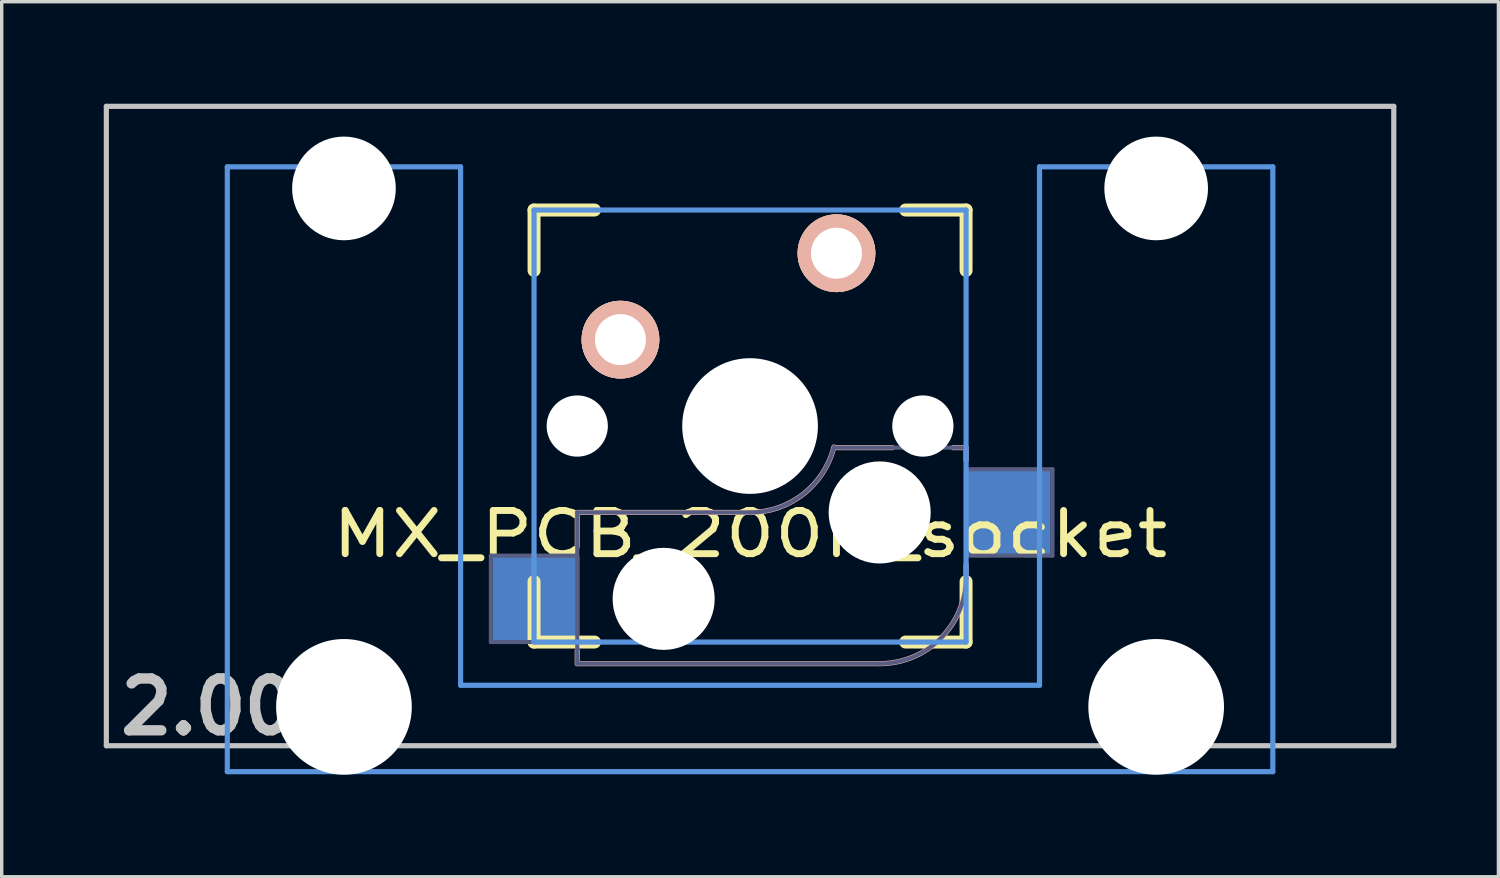
<source format=kicad_pcb>
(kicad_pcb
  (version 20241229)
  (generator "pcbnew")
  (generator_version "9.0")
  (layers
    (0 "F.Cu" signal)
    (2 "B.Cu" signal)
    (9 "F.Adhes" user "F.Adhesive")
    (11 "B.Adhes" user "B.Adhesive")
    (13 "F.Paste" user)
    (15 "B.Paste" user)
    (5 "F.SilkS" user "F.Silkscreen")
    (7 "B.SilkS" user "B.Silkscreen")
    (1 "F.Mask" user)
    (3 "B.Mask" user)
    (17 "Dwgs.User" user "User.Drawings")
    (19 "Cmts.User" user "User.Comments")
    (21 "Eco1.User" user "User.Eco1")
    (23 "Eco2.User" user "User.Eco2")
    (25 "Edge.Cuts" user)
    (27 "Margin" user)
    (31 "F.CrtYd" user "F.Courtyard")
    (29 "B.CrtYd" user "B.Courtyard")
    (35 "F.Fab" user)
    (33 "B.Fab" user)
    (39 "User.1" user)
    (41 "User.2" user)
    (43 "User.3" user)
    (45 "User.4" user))
  (footprint "MX_PCB_200H_socket"
    (layer "F.Cu")
    (at 18.999 9.474)
    (property "Reference" "MX_PCB_200H_socket" (at 0 3.175 0) (layer "F.SilkS") (effects (font (size 1.27 1.524) (thickness 0.203))))
    (attr through_hole)
    (fp_line (start -6.35 -6.35) (end -4.572 -6.35) (stroke (width 0.381) (type solid)) (layer "F.SilkS"))
    (fp_line (start -6.35 -4.572) (end -6.35 -6.35) (stroke (width 0.381) (type solid)) (layer "F.SilkS"))
    (fp_line (start -6.35 6.35) (end -6.35 4.572) (stroke (width 0.381) (type solid)) (layer "F.SilkS"))
    (fp_line (start -4.572 6.35) (end -6.35 6.35) (stroke (width 0.381) (type solid)) (layer "F.SilkS"))
    (fp_line (start 4.572 -6.35) (end 6.35 -6.35) (stroke (width 0.381) (type solid)) (layer "F.SilkS"))
    (fp_line (start 6.35 -6.35) (end 6.35 -4.572) (stroke (width 0.381) (type solid)) (layer "F.SilkS"))
    (fp_line (start 6.35 4.572) (end 6.35 6.35) (stroke (width 0.381) (type solid)) (layer "F.SilkS"))
    (fp_line (start 6.35 6.35) (end 4.572 6.35) (stroke (width 0.381) (type solid)) (layer "F.SilkS"))
    (fp_line (start -5.08 2.54) (end -5.08 3.556) (stroke (width 0.15) (type solid)) (layer "B.SilkS"))
    (fp_line (start -5.08 6.604) (end -5.08 6.985) (stroke (width 0.15) (type solid)) (layer "B.SilkS"))
    (fp_line (start -5.08 6.985) (end 3.81 6.985) (stroke (width 0.15) (type solid)) (layer "B.SilkS"))
    (fp_line (start 0 2.54) (end -5.08 2.54) (stroke (width 0.15) (type solid)) (layer "B.SilkS"))
    (fp_line (start 4.191 0.635) (end 2.54 0.635) (stroke (width 0.15) (type solid)) (layer "B.SilkS"))
    (fp_line (start 6.35 0.635) (end 5.969 0.635) (stroke (width 0.15) (type solid)) (layer "B.SilkS"))
    (fp_line (start 6.35 1.016) (end 6.35 0.635) (stroke (width 0.15) (type solid)) (layer "B.SilkS"))
    (fp_line (start 6.35 4.445) (end 6.35 4.064) (stroke (width 0.15) (type solid)) (layer "B.SilkS"))
    (fp_arc (start 2.464162 0.61604) (mid 1.563147 2.002042) (end 0 2.54) (stroke (width 0.15) (type solid)) (layer "B.SilkS"))
    (fp_arc (start 6.35 4.445) (mid 5.606051 6.241051) (end 3.81 6.985) (stroke (width 0.15) (type solid)) (layer "B.SilkS"))
    (fp_line (start -18.923 -9.398) (end 18.923 -9.398) (stroke (width 0.152) (type solid)) (layer "Dwgs.User"))
    (fp_line (start -18.923 9.398) (end -18.923 -9.398) (stroke (width 0.152) (type solid)) (layer "Dwgs.User"))
    (fp_line (start 18.923 -9.398) (end 18.923 9.398) (stroke (width 0.152) (type solid)) (layer "Dwgs.User"))
    (fp_line (start 18.923 9.398) (end -18.923 9.398) (stroke (width 0.152) (type solid)) (layer "Dwgs.User"))
    (fp_line (start -15.367 -7.62) (end -15.367 10.16) (stroke (width 0.152) (type solid)) (layer "Cmts.User"))
    (fp_line (start -15.367 10.16) (end 15.367 10.16) (stroke (width 0.152) (type solid)) (layer "Cmts.User"))
    (fp_line (start -8.509 -7.62) (end -15.367 -7.62) (stroke (width 0.152) (type solid)) (layer "Cmts.User"))
    (fp_line (start -8.509 7.62) (end -8.509 -7.62) (stroke (width 0.152) (type solid)) (layer "Cmts.User"))
    (fp_line (start -6.35 -6.35) (end 6.35 -6.35) (stroke (width 0.152) (type solid)) (layer "Cmts.User"))
    (fp_line (start -6.35 6.35) (end -6.35 -6.35) (stroke (width 0.152) (type solid)) (layer "Cmts.User"))
    (fp_line (start 6.35 -6.35) (end 6.35 6.35) (stroke (width 0.152) (type solid)) (layer "Cmts.User"))
    (fp_line (start 6.35 6.35) (end -6.35 6.35) (stroke (width 0.152) (type solid)) (layer "Cmts.User"))
    (fp_line (start 8.509 -7.62) (end 8.509 7.62) (stroke (width 0.152) (type solid)) (layer "Cmts.User"))
    (fp_line (start 8.509 7.62) (end -8.509 7.62) (stroke (width 0.152) (type solid)) (layer "Cmts.User"))
    (fp_line (start 15.367 -7.62) (end 8.509 -7.62) (stroke (width 0.152) (type solid)) (layer "Cmts.User"))
    (fp_line (start 15.367 10.16) (end 15.367 -7.62) (stroke (width 0.152) (type solid)) (layer "Cmts.User"))
    (fp_line (start -16.129 -2.286) (end -15.265 -2.286) (stroke (width 0.152) (type solid)) (layer "Eco2.User"))
    (fp_line (start -16.129 0.508) (end -16.129 -2.286) (stroke (width 0.152) (type solid)) (layer "Eco2.User"))
    (fp_line (start -15.265 -5.69) (end -8.611 -5.69) (stroke (width 0.152) (type solid)) (layer "Eco2.User"))
    (fp_line (start -15.265 -2.286) (end -15.265 -5.69) (stroke (width 0.152) (type solid)) (layer "Eco2.User"))
    (fp_line (start -15.265 0.508) (end -16.129 0.508) (stroke (width 0.152) (type solid)) (layer "Eco2.User"))
    (fp_line (start -15.265 6.604) (end -15.265 0.508) (stroke (width 0.152) (type solid)) (layer "Eco2.User"))
    (fp_line (start -14.224 6.604) (end -15.265 6.604) (stroke (width 0.152) (type solid)) (layer "Eco2.User"))
    (fp_line (start -14.224 7.772) (end -14.224 6.604) (stroke (width 0.152) (type solid)) (layer "Eco2.User"))
    (fp_line (start -9.652 6.604) (end -9.652 7.772) (stroke (width 0.152) (type solid)) (layer "Eco2.User"))
    (fp_line (start -9.652 7.772) (end -14.224 7.772) (stroke (width 0.152) (type solid)) (layer "Eco2.User"))
    (fp_line (start -8.611 -5.69) (end -8.611 -4.877) (stroke (width 0.152) (type solid)) (layer "Eco2.User"))
    (fp_line (start -8.611 -4.877) (end -6.985 -4.877) (stroke (width 0.152) (type solid)) (layer "Eco2.User"))
    (fp_line (start -8.611 5.817) (end -8.611 6.604) (stroke (width 0.152) (type solid)) (layer "Eco2.User"))
    (fp_line (start -8.611 6.604) (end -9.652 6.604) (stroke (width 0.152) (type solid)) (layer "Eco2.User"))
    (fp_line (start -6.985 -6.985) (end 6.985 -6.985) (stroke (width 0.152) (type solid)) (layer "Eco2.User"))
    (fp_line (start -6.985 -4.877) (end -6.985 -6.985) (stroke (width 0.152) (type solid)) (layer "Eco2.User"))
    (fp_line (start -6.985 5.817) (end -8.611 5.817) (stroke (width 0.152) (type solid)) (layer "Eco2.User"))
    (fp_line (start -6.985 6.985) (end -6.985 5.817) (stroke (width 0.152) (type solid)) (layer "Eco2.User"))
    (fp_line (start 6.985 -6.985) (end 6.985 -4.877) (stroke (width 0.152) (type solid)) (layer "Eco2.User"))
    (fp_line (start 6.985 -4.877) (end 8.611 -4.877) (stroke (width 0.152) (type solid)) (layer "Eco2.User"))
    (fp_line (start 6.985 5.817) (end 6.985 6.985) (stroke (width 0.152) (type solid)) (layer "Eco2.User"))
    (fp_line (start 6.985 6.985) (end -6.985 6.985) (stroke (width 0.152) (type solid)) (layer "Eco2.User"))
    (fp_line (start 8.611 -5.69) (end 15.265 -5.69) (stroke (width 0.152) (type solid)) (layer "Eco2.User"))
    (fp_line (start 8.611 -4.877) (end 8.611 -5.69) (stroke (width 0.152) (type solid)) (layer "Eco2.User"))
    (fp_line (start 8.611 5.817) (end 6.985 5.817) (stroke (width 0.152) (type solid)) (layer "Eco2.User"))
    (fp_line (start 8.611 6.604) (end 8.611 5.817) (stroke (width 0.152) (type solid)) (layer "Eco2.User"))
    (fp_line (start 9.652 6.604) (end 8.611 6.604) (stroke (width 0.152) (type solid)) (layer "Eco2.User"))
    (fp_line (start 9.652 7.772) (end 9.652 6.604) (stroke (width 0.152) (type solid)) (layer "Eco2.User"))
    (fp_line (start 14.224 6.604) (end 14.224 7.772) (stroke (width 0.152) (type solid)) (layer "Eco2.User"))
    (fp_line (start 14.224 7.772) (end 9.652 7.772) (stroke (width 0.152) (type solid)) (layer "Eco2.User"))
    (fp_line (start 15.265 -5.69) (end 15.265 -2.286) (stroke (width 0.152) (type solid)) (layer "Eco2.User"))
    (fp_line (start 15.265 -2.286) (end 16.129 -2.286) (stroke (width 0.152) (type solid)) (layer "Eco2.User"))
    (fp_line (start 15.265 0.508) (end 15.265 6.604) (stroke (width 0.152) (type solid)) (layer "Eco2.User"))
    (fp_line (start 15.265 6.604) (end 14.224 6.604) (stroke (width 0.152) (type solid)) (layer "Eco2.User"))
    (fp_line (start 16.129 -2.286) (end 16.129 0.508) (stroke (width 0.152) (type solid)) (layer "Eco2.User"))
    (fp_line (start 16.129 0.508) (end 15.265 0.508) (stroke (width 0.152) (type solid)) (layer "Eco2.User"))
    (fp_line (start -7.62 3.81) (end -7.62 6.35) (stroke (width 0.12) (type solid)) (layer "B.Fab"))
    (fp_line (start -7.62 6.35) (end -5.08 6.35) (stroke (width 0.12) (type solid)) (layer "B.Fab"))
    (fp_line (start -5.08 2.54) (end -5.08 6.985) (stroke (width 0.12) (type solid)) (layer "B.Fab"))
    (fp_line (start -5.08 3.81) (end -7.62 3.81) (stroke (width 0.12) (type solid)) (layer "B.Fab"))
    (fp_line (start -5.08 6.985) (end 3.81 6.985) (stroke (width 0.12) (type solid)) (layer "B.Fab"))
    (fp_line (start 0 2.54) (end -5.08 2.54) (stroke (width 0.12) (type solid)) (layer "B.Fab"))
    (fp_line (start 6.35 0.635) (end 2.54 0.635) (stroke (width 0.12) (type solid)) (layer "B.Fab"))
    (fp_line (start 6.35 3.81) (end 8.89 3.81) (stroke (width 0.12) (type solid)) (layer "B.Fab"))
    (fp_line (start 6.35 4.445) (end 6.35 0.635) (stroke (width 0.12) (type solid)) (layer "B.Fab"))
    (fp_line (start 8.89 1.27) (end 6.35 1.27) (stroke (width 0.12) (type solid)) (layer "B.Fab"))
    (fp_line (start 8.89 3.81) (end 8.89 1.27) (stroke (width 0.12) (type solid)) (layer "B.Fab"))
    (fp_arc (start 2.464162 0.61604) (mid 1.563147 2.002042) (end 0 2.54) (stroke (width 0.12) (type solid)) (layer "B.Fab"))
    (fp_arc (start 6.35 4.445) (mid 5.606051 6.241051) (end 3.81 6.985) (stroke (width 0.12) (type solid)) (layer "B.Fab"))
    (fp_text user "2.00u" (at -15.24 8.255 0) (layer "Dwgs.User") (effects (font (size 1.524 1.524) (thickness 0.305))))
    (pad "" np_thru_hole circle (at -11.938 -6.985) (size 3.048 3.048) (drill 3.048) (layers "*.Cu"))
    (pad "" np_thru_hole circle (at -11.938 8.255) (size 3.988 3.988) (drill 3.988) (layers "*.Cu"))
    (pad "" np_thru_hole circle (at -5.08 0) (size 1.8 1.8) (drill 1.8) (layers "*.Cu"))
    (pad "" np_thru_hole circle (at -2.54 5.08) (size 3 3) (drill 3) (layers "*.Cu" "*.Mask"))
    (pad "" np_thru_hole circle (at 0 0) (size 3.988 3.988) (drill 3.988) (layers "*.Cu"))
    (pad "" np_thru_hole circle (at 3.81 2.54) (size 3 3) (drill 3) (layers "*.Cu" "*.Mask"))
    (pad "" np_thru_hole circle (at 5.08 0) (size 1.8 1.8) (drill 1.8) (layers "*.Cu"))
    (pad "" np_thru_hole circle (at 11.938 -6.985) (size 3.048 3.048) (drill 3.048) (layers "*.Cu"))
    (pad "" np_thru_hole circle (at 11.938 8.255) (size 3.988 3.988) (drill 3.988) (layers "*.Cu"))
    (pad "1" smd rect (at -6.29 5.08) (size 2.55 2.5) (layers "B.Cu" "B.Mask" "B.Paste"))
    (pad "1" thru_hole circle (at 2.54 -5.08) (size 2.286 2.286) (drill 1.499) (layers "*.Cu" "*.SilkS" "*.Mask"))
    (pad "2" thru_hole circle (at -3.81 -2.54) (size 2.286 2.286) (drill 1.499) (layers "*.Cu" "*.SilkS" "*.Mask"))
    (pad "2" smd rect (at 7.56 2.54) (size 2.55 2.5) (layers "B.Cu" "B.Mask" "B.Paste")))
  (gr_rect
    (start -3 -3)
    (end 40.998 22.723)
    (stroke (width 0.1) (type default))
    (fill no)
    (layer "Edge.Cuts")))
</source>
